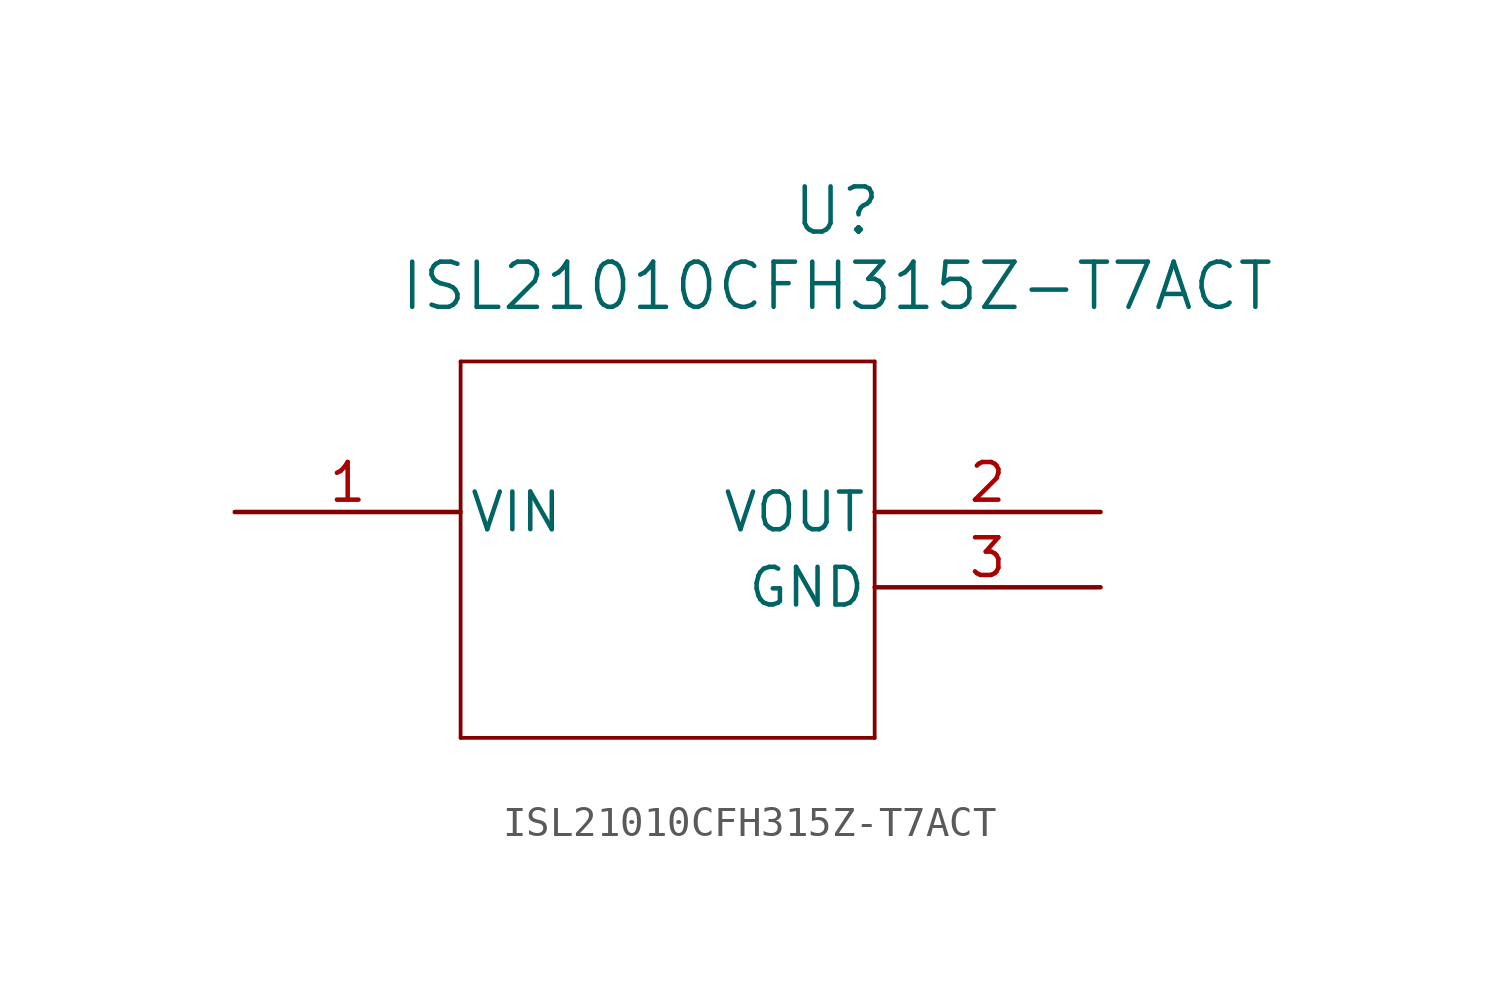
<source format=kicad_sym>
(kicad_symbol_lib
  (version 20241209)
  (generator "kicad_symbol_editor")
  (generator_version "9.0")
  (symbol "ISL21010CFH315Z-T7ACT"
    (pin_names
      (offset 0.254))
    (property "Reference" "U"
      (at 20.32 10.16 0)
      (effects (font (size 1.524 1.524))))
    (property "Value" "ISL21010CFH315Z-T7ACT"
      (at 20.32 7.62 0)
      (effects (font (size 1.524 1.524))))
    (property "ki_locked" ""
      (at 0 0 0)
      (effects (font (size 1.27 1.27))))
    (symbol "ISL21010CFH315Z-T7ACT_0_1"
      (polyline (pts (xy 7.62 5.08) (xy 7.62 -7.62)) (stroke (width 0.127) (type default)) (fill (type none)))
      (polyline (pts (xy 7.62 -7.62) (xy 21.59 -7.62)) (stroke (width 0.127) (type default)) (fill (type none)))
      (polyline (pts (xy 21.59 5.08) (xy 7.62 5.08)) (stroke (width 0.127) (type default)) (fill (type none)))
      (polyline (pts (xy 21.59 -7.62) (xy 21.59 5.08)) (stroke (width 0.127) (type default)) (fill (type none)))
      (pin passive line (at 0 0 0) (length 7.62) (name "VIN" (effects (font (size 1.27 1.27)))) (number "1" (effects (font (size 1.27 1.27)))))
      (pin passive line (at 29.21 0 180) (length 7.62) (name "VOUT" (effects (font (size 1.27 1.27)))) (number "2" (effects (font (size 1.27 1.27)))))
      (pin passive line (at 29.21 -2.54 180) (length 7.62) (name "GND" (effects (font (size 1.27 1.27)))) (number "3" (effects (font (size 1.27 1.27))))))))
</source>
